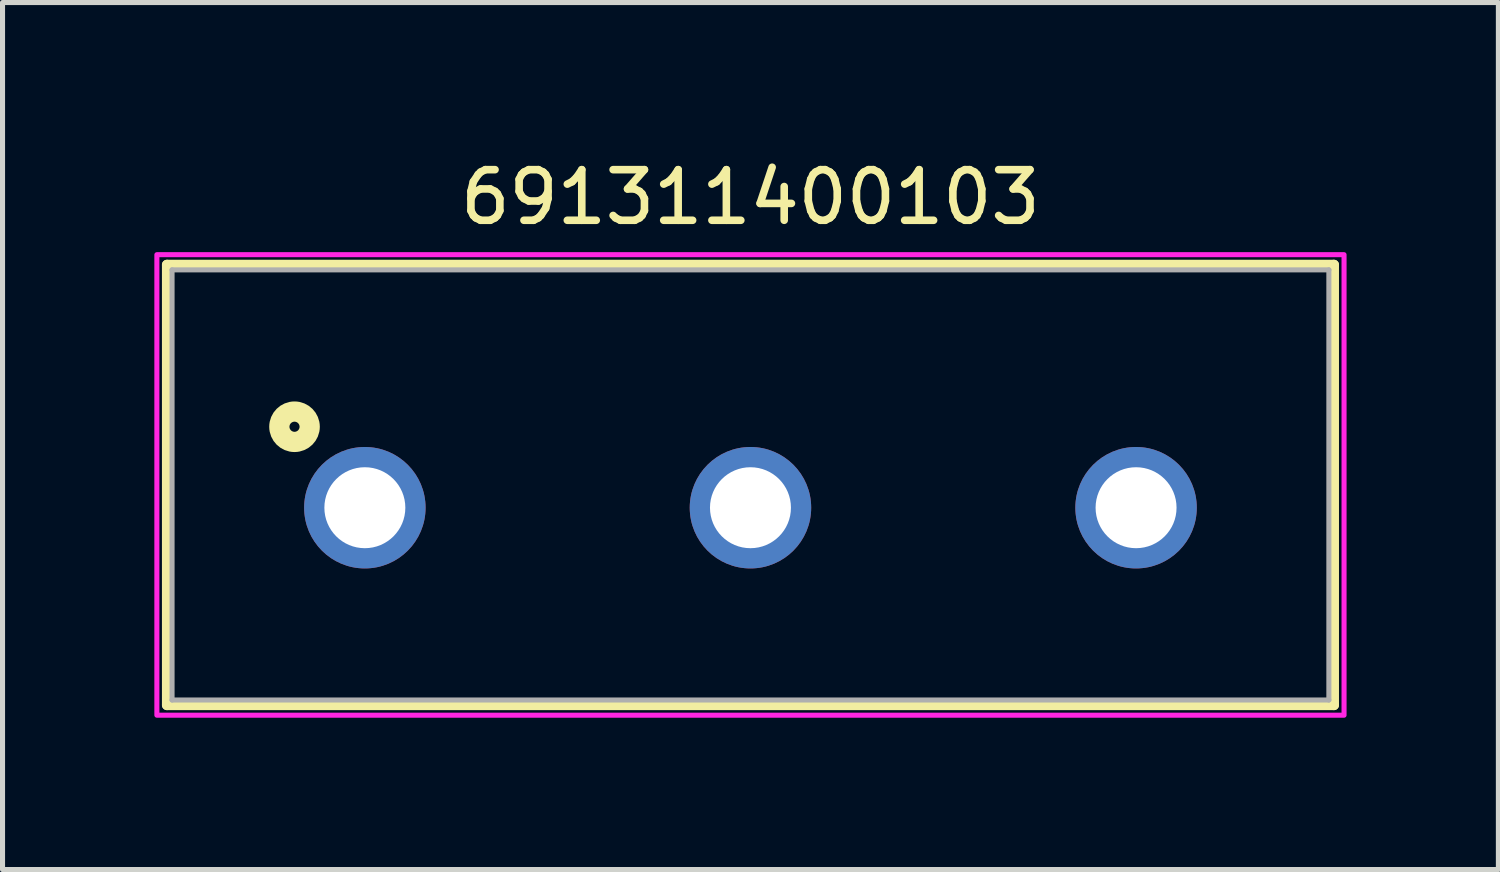
<source format=kicad_pcb>
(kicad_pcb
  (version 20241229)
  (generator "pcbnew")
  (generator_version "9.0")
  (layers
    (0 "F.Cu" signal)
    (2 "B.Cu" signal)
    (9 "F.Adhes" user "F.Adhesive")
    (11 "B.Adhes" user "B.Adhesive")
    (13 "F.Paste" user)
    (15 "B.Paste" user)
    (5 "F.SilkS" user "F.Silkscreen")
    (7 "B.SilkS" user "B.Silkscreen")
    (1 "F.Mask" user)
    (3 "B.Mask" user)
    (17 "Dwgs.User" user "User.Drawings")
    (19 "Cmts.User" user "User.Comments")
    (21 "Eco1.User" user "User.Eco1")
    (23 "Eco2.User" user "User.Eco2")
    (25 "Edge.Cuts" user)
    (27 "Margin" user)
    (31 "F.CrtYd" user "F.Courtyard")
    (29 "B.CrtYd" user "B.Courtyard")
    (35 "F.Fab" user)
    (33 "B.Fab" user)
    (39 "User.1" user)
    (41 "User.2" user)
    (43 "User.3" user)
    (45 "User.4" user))
  (footprint "691311400103"
    (layer "F.Cu")
    (at 11.78 6.983)
    (property "Reference" "691311400103" (at 0 -6.135 0) (layer "F.SilkS") (effects (font (size 1 1) (thickness 0.15))))
    (attr through_hole)
    (fp_line (start -11.53 -4.8) (end 11.53 -4.8) (stroke (width 0.2) (type solid)) (layer "F.SilkS"))
    (fp_line (start -11.53 3.9) (end -11.53 -4.8) (stroke (width 0.2) (type solid)) (layer "F.SilkS"))
    (fp_line (start 11.53 -4.8) (end 11.53 3.9) (stroke (width 0.2) (type solid)) (layer "F.SilkS"))
    (fp_line (start 11.53 3.9) (end -11.53 3.9) (stroke (width 0.2) (type solid)) (layer "F.SilkS"))
    (fp_circle (center -9.01 -1.6) (end -8.91 -1.6) (stroke (width 0.4) (type solid)) (fill no) (layer "F.SilkS"))
    (fp_poly (pts (xy -11.73 -5) (xy 11.73 -5) (xy 11.73 4.1) (xy -11.73 4.1)) (stroke (width 0.1) (type solid)) (fill no) (layer "F.CrtYd"))
    (fp_line (start -11.43 -4.7) (end -11.43 3.8) (stroke (width 0.1) (type solid)) (layer "F.Fab"))
    (fp_line (start -11.43 3.8) (end 11.43 3.8) (stroke (width 0.1) (type solid)) (layer "F.Fab"))
    (fp_line (start 11.43 -4.7) (end -11.43 -4.7) (stroke (width 0.1) (type solid)) (layer "F.Fab"))
    (fp_line (start 11.43 3.8) (end 11.43 -4.7) (stroke (width 0.1) (type solid)) (layer "F.Fab"))
    (pad "1" thru_hole circle (at -7.62 0) (size 2.4 2.4) (drill 1.6) (layers "*.Cu" "*.Mask"))
    (pad "2" thru_hole circle (at 0 0) (size 2.4 2.4) (drill 1.6) (layers "*.Cu" "*.Mask"))
    (pad "3" thru_hole circle (at 7.62 0) (size 2.4 2.4) (drill 1.6) (layers "*.Cu" "*.Mask")))
  (gr_rect
    (start -3 -3)
    (end 26.56 14.133)
    (stroke (width 0.1) (type default))
    (fill no)
    (layer "Edge.Cuts")))
</source>
